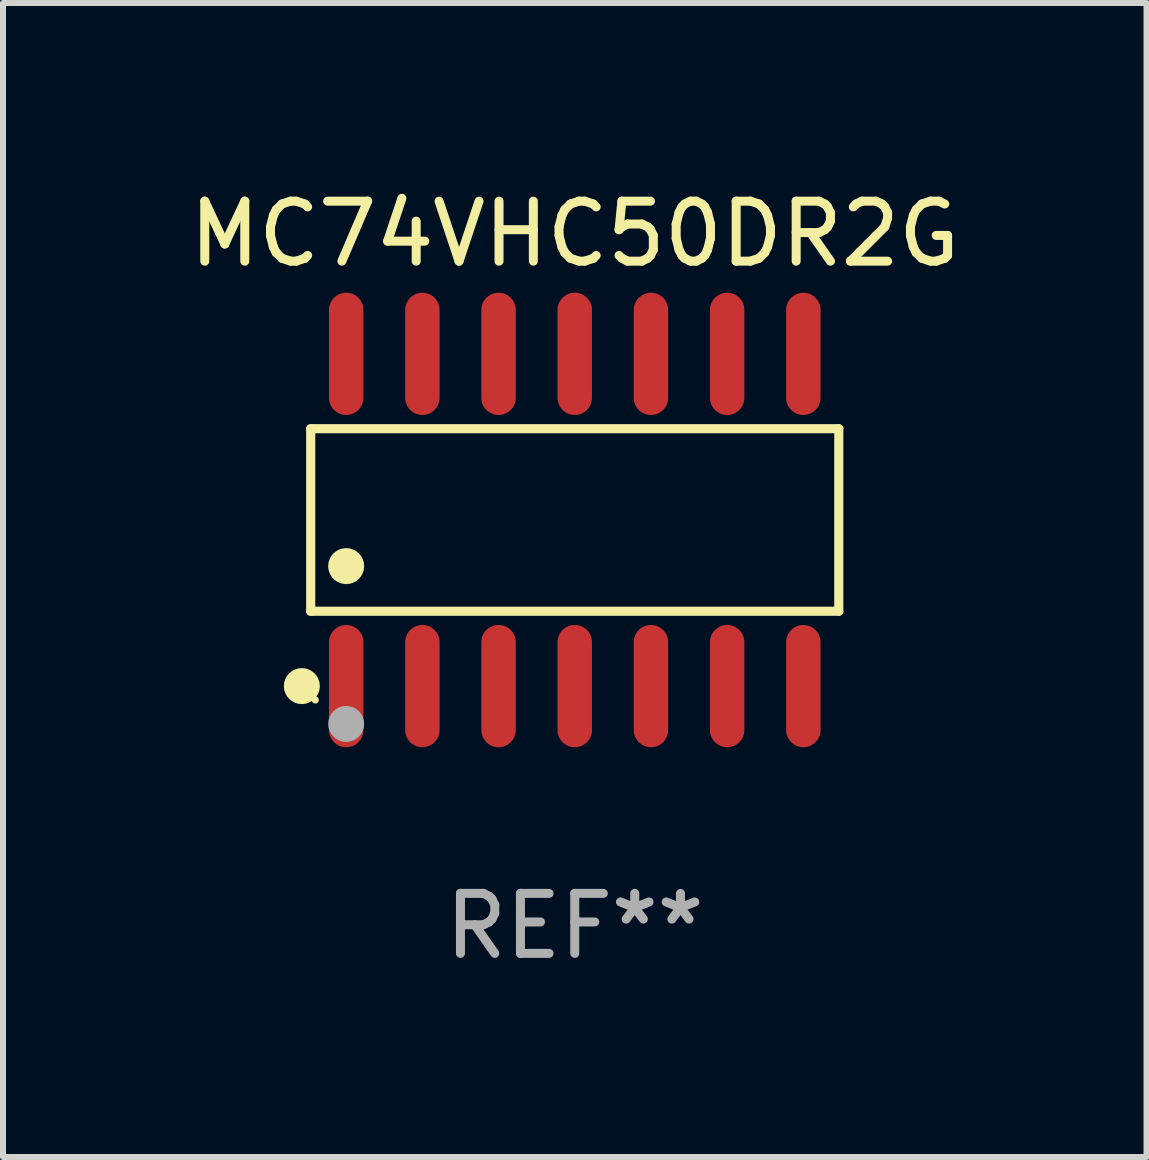
<source format=kicad_pcb>
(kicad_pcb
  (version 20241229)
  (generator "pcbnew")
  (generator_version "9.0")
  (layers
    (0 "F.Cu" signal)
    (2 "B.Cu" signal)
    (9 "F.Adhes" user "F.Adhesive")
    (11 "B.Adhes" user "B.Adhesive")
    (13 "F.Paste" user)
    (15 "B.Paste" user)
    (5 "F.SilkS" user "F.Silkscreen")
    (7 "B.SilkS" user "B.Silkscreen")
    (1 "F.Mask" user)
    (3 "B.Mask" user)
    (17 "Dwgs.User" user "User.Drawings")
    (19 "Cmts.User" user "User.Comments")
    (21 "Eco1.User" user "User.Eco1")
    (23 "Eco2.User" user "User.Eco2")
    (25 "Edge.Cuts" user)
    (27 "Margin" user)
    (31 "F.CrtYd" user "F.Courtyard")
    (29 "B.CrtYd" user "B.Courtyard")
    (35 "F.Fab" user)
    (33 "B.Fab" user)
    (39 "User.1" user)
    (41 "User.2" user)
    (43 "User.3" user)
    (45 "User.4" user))
  (footprint "MC74VHC50DR2G"
    (layer "F.Cu")
    (at 6.53 5.617)
    (property "Reference" "MC74VHC50DR2G" (at 0 -4.769 0) (layer "F.SilkS") (effects (font (size 1 1) (thickness 0.15))))
    (attr through_hole)
    (fp_line (start -4.401 -1.521) (end 4.401 -1.521) (stroke (width 0.152) (type solid)) (layer "F.SilkS"))
    (fp_line (start -4.401 1.521) (end -4.401 -1.521) (stroke (width 0.152) (type solid)) (layer "F.SilkS"))
    (fp_line (start 4.401 -1.521) (end 4.401 1.521) (stroke (width 0.152) (type solid)) (layer "F.SilkS"))
    (fp_line (start 4.401 1.521) (end -4.401 1.521) (stroke (width 0.152) (type solid)) (layer "F.SilkS"))
    (fp_circle (center -4.549 2.769) (end -4.399 2.769) (stroke (width 0.3) (type solid)) (fill no) (layer "F.SilkS"))
    (fp_circle (center -4.325 3) (end -4.295 3) (stroke (width 0.06) (type solid)) (fill no) (layer "F.SilkS"))
    (fp_circle (center -3.81 0.769) (end -3.66 0.769) (stroke (width 0.3) (type solid)) (fill no) (layer "F.SilkS"))
    (fp_circle (center -3.81 3.4) (end -3.66 3.4) (stroke (width 0.3) (type solid)) (fill no) (layer "F.Fab"))
    (fp_text user "REF**" (at 0 6.769 0) (layer "F.Fab") (effects (font (size 1 1) (thickness 0.15))))
    (pad "1" smd oval (at -3.81 2.769) (size 0.574 2.038) (layers "F.Cu" "F.Mask" "F.Paste"))
    (pad "2" smd oval (at -2.54 2.769) (size 0.574 2.038) (layers "F.Cu" "F.Mask" "F.Paste"))
    (pad "3" smd oval (at -1.27 2.769) (size 0.574 2.038) (layers "F.Cu" "F.Mask" "F.Paste"))
    (pad "4" smd oval (at 0 2.769) (size 0.574 2.038) (layers "F.Cu" "F.Mask" "F.Paste"))
    (pad "5" smd oval (at 1.27 2.769) (size 0.574 2.038) (layers "F.Cu" "F.Mask" "F.Paste"))
    (pad "6" smd oval (at 2.54 2.769) (size 0.574 2.038) (layers "F.Cu" "F.Mask" "F.Paste"))
    (pad "7" smd oval (at 3.81 2.769) (size 0.574 2.038) (layers "F.Cu" "F.Mask" "F.Paste"))
    (pad "8" smd oval (at 3.81 -2.769) (size 0.574 2.038) (layers "F.Cu" "F.Mask" "F.Paste"))
    (pad "9" smd oval (at 2.54 -2.769) (size 0.574 2.038) (layers "F.Cu" "F.Mask" "F.Paste"))
    (pad "10" smd oval (at 1.27 -2.769) (size 0.574 2.038) (layers "F.Cu" "F.Mask" "F.Paste"))
    (pad "11" smd oval (at 0 -2.769) (size 0.574 2.038) (layers "F.Cu" "F.Mask" "F.Paste"))
    (pad "12" smd oval (at -1.27 -2.769) (size 0.574 2.038) (layers "F.Cu" "F.Mask" "F.Paste"))
    (pad "13" smd oval (at -2.54 -2.769) (size 0.574 2.038) (layers "F.Cu" "F.Mask" "F.Paste"))
    (pad "14" smd oval (at -3.81 -2.769) (size 0.574 2.038) (layers "F.Cu" "F.Mask" "F.Paste")))
  (gr_rect
    (start -3 -3)
    (end 16.06 16.235)
    (stroke (width 0.1) (type default))
    (fill no)
    (layer "Edge.Cuts")))
</source>
